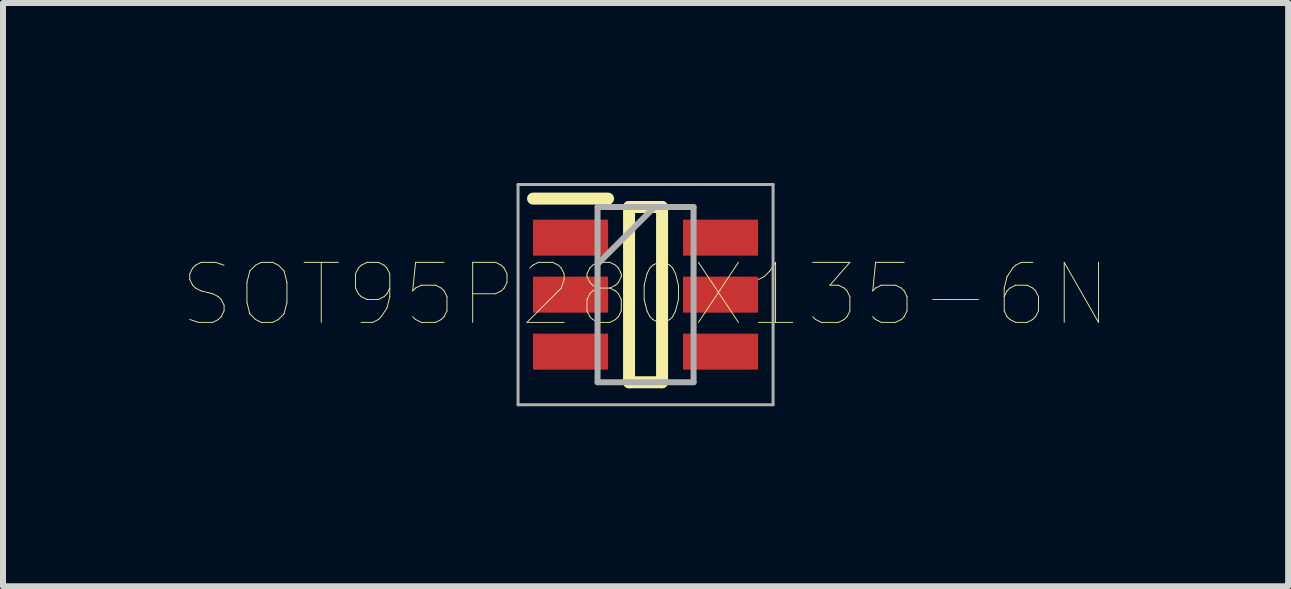
<source format=kicad_pcb>
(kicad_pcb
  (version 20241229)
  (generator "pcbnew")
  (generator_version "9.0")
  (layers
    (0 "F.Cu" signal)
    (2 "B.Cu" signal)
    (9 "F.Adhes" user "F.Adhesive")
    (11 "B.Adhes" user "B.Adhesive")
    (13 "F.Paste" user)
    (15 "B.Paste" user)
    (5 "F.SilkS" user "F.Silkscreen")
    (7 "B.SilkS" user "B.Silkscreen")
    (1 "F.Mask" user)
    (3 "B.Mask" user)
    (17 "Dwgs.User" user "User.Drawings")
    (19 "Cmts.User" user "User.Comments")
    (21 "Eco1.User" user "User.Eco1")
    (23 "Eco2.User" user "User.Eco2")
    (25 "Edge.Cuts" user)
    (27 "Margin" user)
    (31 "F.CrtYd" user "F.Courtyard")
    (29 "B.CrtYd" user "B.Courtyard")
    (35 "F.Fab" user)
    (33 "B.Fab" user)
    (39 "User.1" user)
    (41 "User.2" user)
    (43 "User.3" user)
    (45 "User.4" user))
  (footprint "SOT95P280X135-6N"
    (layer "F.Cu")
    (at 7.708 1.86)
    (property "Reference" "SOT95P280X135-6N" (at 0 0 0) (layer "F.SilkS") (effects (font (size 1 1) (thickness 0.015))))
    (attr through_hole)
    (fp_line (start -1.875 -1.6) (end -0.625 -1.6) (stroke (width 0.2) (type solid)) (layer "F.SilkS"))
    (fp_line (start -0.275 -1.46) (end 0.275 -1.46) (stroke (width 0.2) (type solid)) (layer "F.SilkS"))
    (fp_line (start -0.275 1.46) (end -0.275 -1.46) (stroke (width 0.2) (type solid)) (layer "F.SilkS"))
    (fp_line (start 0.275 -1.46) (end 0.275 1.46) (stroke (width 0.2) (type solid)) (layer "F.SilkS"))
    (fp_line (start 0.275 1.46) (end -0.275 1.46) (stroke (width 0.2) (type solid)) (layer "F.SilkS"))
    (fp_line (start -2.125 -1.835) (end 2.125 -1.835) (stroke (width 0.05) (type solid)) (layer "F.Fab"))
    (fp_line (start -2.125 1.835) (end -2.125 -1.835) (stroke (width 0.05) (type solid)) (layer "F.Fab"))
    (fp_line (start -0.8 -1.46) (end 0.8 -1.46) (stroke (width 0.1) (type solid)) (layer "F.Fab"))
    (fp_line (start -0.8 -0.51) (end 0.15 -1.46) (stroke (width 0.1) (type solid)) (layer "F.Fab"))
    (fp_line (start -0.8 1.46) (end -0.8 -1.46) (stroke (width 0.1) (type solid)) (layer "F.Fab"))
    (fp_line (start 0.8 -1.46) (end 0.8 1.46) (stroke (width 0.1) (type solid)) (layer "F.Fab"))
    (fp_line (start 0.8 1.46) (end -0.8 1.46) (stroke (width 0.1) (type solid)) (layer "F.Fab"))
    (fp_line (start 2.125 -1.835) (end 2.125 1.835) (stroke (width 0.05) (type solid)) (layer "F.Fab"))
    (fp_line (start 2.125 1.835) (end -2.125 1.835) (stroke (width 0.05) (type solid)) (layer "F.Fab"))
    (pad "1" smd rect (at -1.25 -0.95) (size 1.25 0.6) (layers "F.Cu" "F.Mask" "F.Paste"))
    (pad "2" smd rect (at -1.25 0) (size 1.25 0.6) (layers "F.Cu" "F.Mask" "F.Paste"))
    (pad "3" smd rect (at -1.25 0.95) (size 1.25 0.6) (layers "F.Cu" "F.Mask" "F.Paste"))
    (pad "4" smd rect (at 1.25 0.95) (size 1.25 0.6) (layers "F.Cu" "F.Mask" "F.Paste"))
    (pad "5" smd rect (at 1.25 0) (size 1.25 0.6) (layers "F.Cu" "F.Mask" "F.Paste"))
    (pad "6" smd rect (at 1.25 -0.95) (size 1.25 0.6) (layers "F.Cu" "F.Mask" "F.Paste")))
  (gr_rect
    (start -3 -3)
    (end 18.416 6.72)
    (stroke (width 0.1) (type default))
    (fill no)
    (layer "Edge.Cuts")))
</source>
